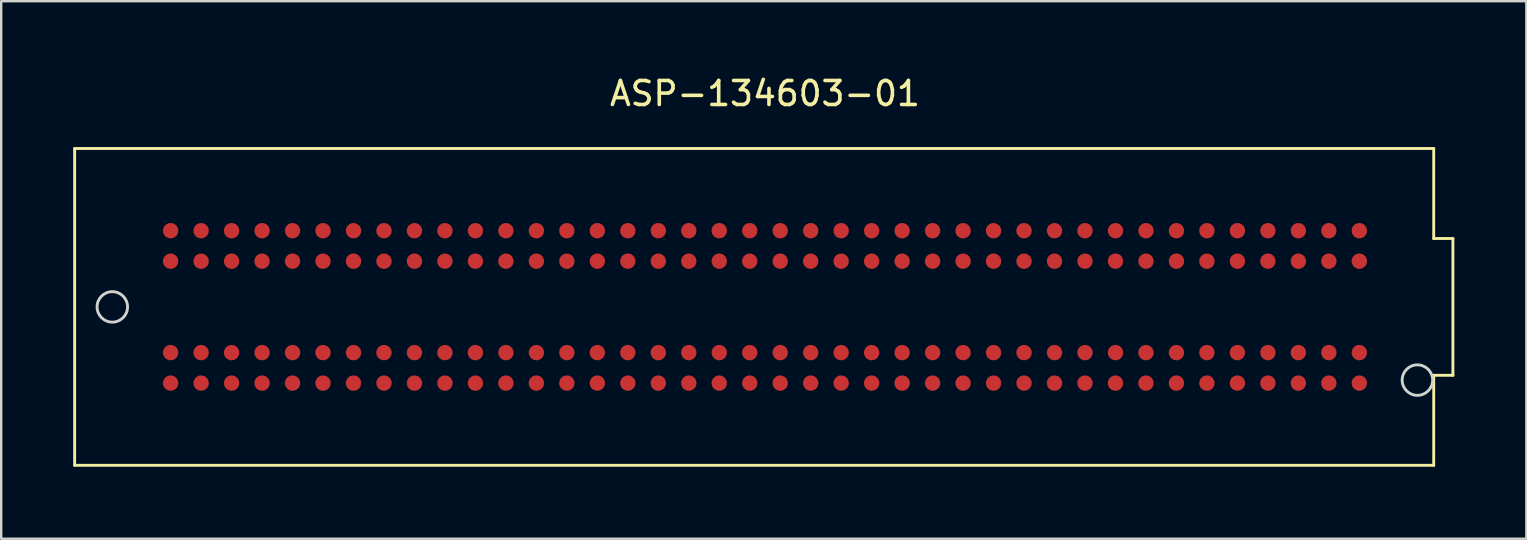
<source format=kicad_pcb>
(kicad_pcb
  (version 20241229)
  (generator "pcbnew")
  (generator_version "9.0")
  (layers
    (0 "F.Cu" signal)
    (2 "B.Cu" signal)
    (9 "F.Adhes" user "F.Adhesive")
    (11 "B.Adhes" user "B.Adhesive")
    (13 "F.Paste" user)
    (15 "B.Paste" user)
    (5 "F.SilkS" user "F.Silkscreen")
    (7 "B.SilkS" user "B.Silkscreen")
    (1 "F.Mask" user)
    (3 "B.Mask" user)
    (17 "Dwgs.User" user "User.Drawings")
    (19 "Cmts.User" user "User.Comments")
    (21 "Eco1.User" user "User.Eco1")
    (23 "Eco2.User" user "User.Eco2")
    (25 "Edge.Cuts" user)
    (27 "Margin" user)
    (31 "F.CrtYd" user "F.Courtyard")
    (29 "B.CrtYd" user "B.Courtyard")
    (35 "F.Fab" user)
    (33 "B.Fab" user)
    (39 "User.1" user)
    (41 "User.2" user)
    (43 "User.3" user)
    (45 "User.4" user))
  (footprint "ASP-134603-01"
    (layer "F.Cu")
    (at 28.825 9.738)
    (property "Reference" "ASP-134603-01" (at 0 -8.89 0) (layer "F.SilkS") (effects (font (size 1 1) (thickness 0.15))))
    (attr through_hole)
    (fp_line (start -28.765 -6.6) (end -28.765 6.6) (stroke (width 0.12) (type solid)) (layer "F.SilkS"))
    (fp_line (start -28.765 6.6) (end 27.865 6.6) (stroke (width 0.12) (type solid)) (layer "F.SilkS"))
    (fp_line (start 27.865 -6.6) (end -28.765 -6.6) (stroke (width 0.12) (type solid)) (layer "F.SilkS"))
    (fp_line (start 27.865 -2.85) (end 27.865 -6.6) (stroke (width 0.12) (type solid)) (layer "F.SilkS"))
    (fp_line (start 27.865 2.85) (end 28.665 2.85) (stroke (width 0.12) (type solid)) (layer "F.SilkS"))
    (fp_line (start 27.865 6.6) (end 27.865 2.85) (stroke (width 0.12) (type solid)) (layer "F.SilkS"))
    (fp_line (start 28.665 -2.85) (end 27.865 -2.85) (stroke (width 0.12) (type solid)) (layer "F.SilkS"))
    (fp_line (start 28.665 -2.85) (end 28.665 2.85) (stroke (width 0.12) (type solid)) (layer "F.SilkS"))
    (fp_circle (center -27.195 0) (end -26.56 0) (stroke (width 0.12) (type solid)) (fill no) (layer "Edge.Cuts"))
    (fp_circle (center 27.185 3.05) (end 27.82 3.05) (stroke (width 0.12) (type solid)) (fill no) (layer "Edge.Cuts"))
    (pad "C1" smd circle (at 24.765 -3.175) (size 0.64 0.64) (layers "F.Cu" "F.Mask" "F.Paste"))
    (pad "C2" smd circle (at 23.495 -3.175) (size 0.64 0.64) (layers "F.Cu" "F.Mask" "F.Paste"))
    (pad "C3" smd circle (at 22.225 -3.175) (size 0.64 0.64) (layers "F.Cu" "F.Mask" "F.Paste"))
    (pad "C4" smd circle (at 20.955 -3.175) (size 0.64 0.64) (layers "F.Cu" "F.Mask" "F.Paste"))
    (pad "C5" smd circle (at 19.685 -3.175) (size 0.64 0.64) (layers "F.Cu" "F.Mask" "F.Paste"))
    (pad "C6" smd circle (at 18.415 -3.175) (size 0.64 0.64) (layers "F.Cu" "F.Mask" "F.Paste"))
    (pad "C7" smd circle (at 17.145 -3.175) (size 0.64 0.64) (layers "F.Cu" "F.Mask" "F.Paste"))
    (pad "C8" smd circle (at 15.875 -3.175) (size 0.64 0.64) (layers "F.Cu" "F.Mask" "F.Paste"))
    (pad "C9" smd circle (at 14.605 -3.175) (size 0.64 0.64) (layers "F.Cu" "F.Mask" "F.Paste"))
    (pad "C10" smd circle (at 13.335 -3.175) (size 0.64 0.64) (layers "F.Cu" "F.Mask" "F.Paste"))
    (pad "C11" smd circle (at 12.065 -3.175) (size 0.64 0.64) (layers "F.Cu" "F.Mask" "F.Paste"))
    (pad "C12" smd circle (at 10.795 -3.175) (size 0.64 0.64) (layers "F.Cu" "F.Mask" "F.Paste"))
    (pad "C13" smd circle (at 9.525 -3.175) (size 0.64 0.64) (layers "F.Cu" "F.Mask" "F.Paste"))
    (pad "C14" smd circle (at 8.255 -3.175) (size 0.64 0.64) (layers "F.Cu" "F.Mask" "F.Paste"))
    (pad "C15" smd circle (at 6.985 -3.175) (size 0.64 0.64) (layers "F.Cu" "F.Mask" "F.Paste"))
    (pad "C16" smd circle (at 5.715 -3.175) (size 0.64 0.64) (layers "F.Cu" "F.Mask" "F.Paste"))
    (pad "C17" smd circle (at 4.445 -3.175) (size 0.64 0.64) (layers "F.Cu" "F.Mask" "F.Paste"))
    (pad "C18" smd circle (at 3.175 -3.175) (size 0.64 0.64) (layers "F.Cu" "F.Mask" "F.Paste"))
    (pad "C19" smd circle (at 1.905 -3.175) (size 0.64 0.64) (layers "F.Cu" "F.Mask" "F.Paste"))
    (pad "C20" smd circle (at 0.635 -3.175) (size 0.64 0.64) (layers "F.Cu" "F.Mask" "F.Paste"))
    (pad "C21" smd circle (at -0.635 -3.175) (size 0.64 0.64) (layers "F.Cu" "F.Mask" "F.Paste"))
    (pad "C22" smd circle (at -1.905 -3.175) (size 0.64 0.64) (layers "F.Cu" "F.Mask" "F.Paste"))
    (pad "C23" smd circle (at -3.175 -3.175) (size 0.64 0.64) (layers "F.Cu" "F.Mask" "F.Paste"))
    (pad "C24" smd circle (at -4.445 -3.175) (size 0.64 0.64) (layers "F.Cu" "F.Mask" "F.Paste"))
    (pad "C25" smd circle (at -5.715 -3.175) (size 0.64 0.64) (layers "F.Cu" "F.Mask" "F.Paste"))
    (pad "C26" smd circle (at -6.985 -3.175) (size 0.64 0.64) (layers "F.Cu" "F.Mask" "F.Paste"))
    (pad "C27" smd circle (at -8.255 -3.175) (size 0.64 0.64) (layers "F.Cu" "F.Mask" "F.Paste"))
    (pad "C28" smd circle (at -9.525 -3.175) (size 0.64 0.64) (layers "F.Cu" "F.Mask" "F.Paste"))
    (pad "C29" smd circle (at -10.795 -3.175) (size 0.64 0.64) (layers "F.Cu" "F.Mask" "F.Paste"))
    (pad "C30" smd circle (at -12.065 -3.175) (size 0.64 0.64) (layers "F.Cu" "F.Mask" "F.Paste"))
    (pad "C31" smd circle (at -13.335 -3.175) (size 0.64 0.64) (layers "F.Cu" "F.Mask" "F.Paste"))
    (pad "C32" smd circle (at -14.605 -3.175) (size 0.64 0.64) (layers "F.Cu" "F.Mask" "F.Paste"))
    (pad "C33" smd circle (at -15.875 -3.175) (size 0.64 0.64) (layers "F.Cu" "F.Mask" "F.Paste"))
    (pad "C34" smd circle (at -17.145 -3.175) (size 0.64 0.64) (layers "F.Cu" "F.Mask" "F.Paste"))
    (pad "C35" smd circle (at -18.415 -3.175) (size 0.64 0.64) (layers "F.Cu" "F.Mask" "F.Paste"))
    (pad "C36" smd circle (at -19.685 -3.175) (size 0.64 0.64) (layers "F.Cu" "F.Mask" "F.Paste"))
    (pad "C37" smd circle (at -20.955 -3.175) (size 0.64 0.64) (layers "F.Cu" "F.Mask" "F.Paste"))
    (pad "C38" smd circle (at -22.225 -3.175) (size 0.64 0.64) (layers "F.Cu" "F.Mask" "F.Paste"))
    (pad "C39" smd circle (at -23.495 -3.175) (size 0.64 0.64) (layers "F.Cu" "F.Mask" "F.Paste"))
    (pad "C40" smd circle (at -24.765 -3.175) (size 0.64 0.64) (layers "F.Cu" "F.Mask" "F.Paste"))
    (pad "D1" smd circle (at 24.765 -1.905) (size 0.64 0.64) (layers "F.Cu" "F.Mask" "F.Paste"))
    (pad "D2" smd circle (at 23.495 -1.905) (size 0.64 0.64) (layers "F.Cu" "F.Mask" "F.Paste"))
    (pad "D3" smd circle (at 22.225 -1.905) (size 0.64 0.64) (layers "F.Cu" "F.Mask" "F.Paste"))
    (pad "D4" smd circle (at 20.955 -1.905) (size 0.64 0.64) (layers "F.Cu" "F.Mask" "F.Paste"))
    (pad "D5" smd circle (at 19.685 -1.905) (size 0.64 0.64) (layers "F.Cu" "F.Mask" "F.Paste"))
    (pad "D6" smd circle (at 18.415 -1.905) (size 0.64 0.64) (layers "F.Cu" "F.Mask" "F.Paste"))
    (pad "D7" smd circle (at 17.145 -1.905) (size 0.64 0.64) (layers "F.Cu" "F.Mask" "F.Paste"))
    (pad "D8" smd circle (at 15.875 -1.905) (size 0.64 0.64) (layers "F.Cu" "F.Mask" "F.Paste"))
    (pad "D9" smd circle (at 14.605 -1.905) (size 0.64 0.64) (layers "F.Cu" "F.Mask" "F.Paste"))
    (pad "D10" smd circle (at 13.335 -1.905) (size 0.64 0.64) (layers "F.Cu" "F.Mask" "F.Paste"))
    (pad "D11" smd circle (at 12.065 -1.905) (size 0.64 0.64) (layers "F.Cu" "F.Mask" "F.Paste"))
    (pad "D12" smd circle (at 10.795 -1.905) (size 0.64 0.64) (layers "F.Cu" "F.Mask" "F.Paste"))
    (pad "D13" smd circle (at 9.525 -1.905) (size 0.64 0.64) (layers "F.Cu" "F.Mask" "F.Paste"))
    (pad "D14" smd circle (at 8.255 -1.905) (size 0.64 0.64) (layers "F.Cu" "F.Mask" "F.Paste"))
    (pad "D15" smd circle (at 6.985 -1.905) (size 0.64 0.64) (layers "F.Cu" "F.Mask" "F.Paste"))
    (pad "D16" smd circle (at 5.715 -1.905) (size 0.64 0.64) (layers "F.Cu" "F.Mask" "F.Paste"))
    (pad "D17" smd circle (at 4.445 -1.905) (size 0.64 0.64) (layers "F.Cu" "F.Mask" "F.Paste"))
    (pad "D18" smd circle (at 3.175 -1.905) (size 0.64 0.64) (layers "F.Cu" "F.Mask" "F.Paste"))
    (pad "D19" smd circle (at 1.905 -1.905) (size 0.64 0.64) (layers "F.Cu" "F.Mask" "F.Paste"))
    (pad "D20" smd circle (at 0.635 -1.905) (size 0.64 0.64) (layers "F.Cu" "F.Mask" "F.Paste"))
    (pad "D21" smd circle (at -0.635 -1.905) (size 0.64 0.64) (layers "F.Cu" "F.Mask" "F.Paste"))
    (pad "D22" smd circle (at -1.905 -1.905) (size 0.64 0.64) (layers "F.Cu" "F.Mask" "F.Paste"))
    (pad "D23" smd circle (at -3.175 -1.905) (size 0.64 0.64) (layers "F.Cu" "F.Mask" "F.Paste"))
    (pad "D24" smd circle (at -4.445 -1.905) (size 0.64 0.64) (layers "F.Cu" "F.Mask" "F.Paste"))
    (pad "D25" smd circle (at -5.715 -1.905) (size 0.64 0.64) (layers "F.Cu" "F.Mask" "F.Paste"))
    (pad "D26" smd circle (at -6.985 -1.905) (size 0.64 0.64) (layers "F.Cu" "F.Mask" "F.Paste"))
    (pad "D27" smd circle (at -8.255 -1.905) (size 0.64 0.64) (layers "F.Cu" "F.Mask" "F.Paste"))
    (pad "D28" smd circle (at -9.525 -1.905) (size 0.64 0.64) (layers "F.Cu" "F.Mask" "F.Paste"))
    (pad "D29" smd circle (at -10.795 -1.905) (size 0.64 0.64) (layers "F.Cu" "F.Mask" "F.Paste"))
    (pad "D30" smd circle (at -12.065 -1.905) (size 0.64 0.64) (layers "F.Cu" "F.Mask" "F.Paste"))
    (pad "D31" smd circle (at -13.335 -1.905) (size 0.64 0.64) (layers "F.Cu" "F.Mask" "F.Paste"))
    (pad "D32" smd circle (at -14.605 -1.905) (size 0.64 0.64) (layers "F.Cu" "F.Mask" "F.Paste"))
    (pad "D33" smd circle (at -15.875 -1.905) (size 0.64 0.64) (layers "F.Cu" "F.Mask" "F.Paste"))
    (pad "D34" smd circle (at -17.145 -1.905) (size 0.64 0.64) (layers "F.Cu" "F.Mask" "F.Paste"))
    (pad "D35" smd circle (at -18.415 -1.905) (size 0.64 0.64) (layers "F.Cu" "F.Mask" "F.Paste"))
    (pad "D36" smd circle (at -19.685 -1.905) (size 0.64 0.64) (layers "F.Cu" "F.Mask" "F.Paste"))
    (pad "D37" smd circle (at -20.955 -1.905) (size 0.64 0.64) (layers "F.Cu" "F.Mask" "F.Paste"))
    (pad "D38" smd circle (at -22.225 -1.905) (size 0.64 0.64) (layers "F.Cu" "F.Mask" "F.Paste"))
    (pad "D39" smd circle (at -23.495 -1.905) (size 0.64 0.64) (layers "F.Cu" "F.Mask" "F.Paste"))
    (pad "D40" smd circle (at -24.765 -1.905) (size 0.64 0.64) (layers "F.Cu" "F.Mask" "F.Paste"))
    (pad "G1" smd circle (at 24.765 1.905) (size 0.64 0.64) (layers "F.Cu" "F.Mask" "F.Paste"))
    (pad "G2" smd circle (at 23.495 1.905) (size 0.64 0.64) (layers "F.Cu" "F.Mask" "F.Paste"))
    (pad "G3" smd circle (at 22.225 1.905) (size 0.64 0.64) (layers "F.Cu" "F.Mask" "F.Paste"))
    (pad "G4" smd circle (at 20.955 1.905) (size 0.64 0.64) (layers "F.Cu" "F.Mask" "F.Paste"))
    (pad "G5" smd circle (at 19.685 1.905) (size 0.64 0.64) (layers "F.Cu" "F.Mask" "F.Paste"))
    (pad "G6" smd circle (at 18.415 1.905) (size 0.64 0.64) (layers "F.Cu" "F.Mask" "F.Paste"))
    (pad "G7" smd circle (at 17.145 1.905) (size 0.64 0.64) (layers "F.Cu" "F.Mask" "F.Paste"))
    (pad "G8" smd circle (at 15.875 1.905) (size 0.64 0.64) (layers "F.Cu" "F.Mask" "F.Paste"))
    (pad "G9" smd circle (at 14.605 1.905) (size 0.64 0.64) (layers "F.Cu" "F.Mask" "F.Paste"))
    (pad "G10" smd circle (at 13.335 1.905) (size 0.64 0.64) (layers "F.Cu" "F.Mask" "F.Paste"))
    (pad "G11" smd circle (at 12.065 1.905) (size 0.64 0.64) (layers "F.Cu" "F.Mask" "F.Paste"))
    (pad "G12" smd circle (at 10.795 1.905) (size 0.64 0.64) (layers "F.Cu" "F.Mask" "F.Paste"))
    (pad "G13" smd circle (at 9.525 1.905) (size 0.64 0.64) (layers "F.Cu" "F.Mask" "F.Paste"))
    (pad "G14" smd circle (at 8.255 1.905) (size 0.64 0.64) (layers "F.Cu" "F.Mask" "F.Paste"))
    (pad "G15" smd circle (at 6.985 1.905) (size 0.64 0.64) (layers "F.Cu" "F.Mask" "F.Paste"))
    (pad "G16" smd circle (at 5.715 1.905) (size 0.64 0.64) (layers "F.Cu" "F.Mask" "F.Paste"))
    (pad "G17" smd circle (at 4.445 1.905) (size 0.64 0.64) (layers "F.Cu" "F.Mask" "F.Paste"))
    (pad "G18" smd circle (at 3.175 1.905) (size 0.64 0.64) (layers "F.Cu" "F.Mask" "F.Paste"))
    (pad "G19" smd circle (at 1.905 1.905) (size 0.64 0.64) (layers "F.Cu" "F.Mask" "F.Paste"))
    (pad "G20" smd circle (at 0.635 1.905) (size 0.64 0.64) (layers "F.Cu" "F.Mask" "F.Paste"))
    (pad "G21" smd circle (at -0.635 1.905) (size 0.64 0.64) (layers "F.Cu" "F.Mask" "F.Paste"))
    (pad "G22" smd circle (at -1.905 1.905) (size 0.64 0.64) (layers "F.Cu" "F.Mask" "F.Paste"))
    (pad "G23" smd circle (at -3.175 1.905) (size 0.64 0.64) (layers "F.Cu" "F.Mask" "F.Paste"))
    (pad "G24" smd circle (at -4.445 1.905) (size 0.64 0.64) (layers "F.Cu" "F.Mask" "F.Paste"))
    (pad "G25" smd circle (at -5.715 1.905) (size 0.64 0.64) (layers "F.Cu" "F.Mask" "F.Paste"))
    (pad "G26" smd circle (at -6.985 1.905) (size 0.64 0.64) (layers "F.Cu" "F.Mask" "F.Paste"))
    (pad "G27" smd circle (at -8.255 1.905) (size 0.64 0.64) (layers "F.Cu" "F.Mask" "F.Paste"))
    (pad "G28" smd circle (at -9.525 1.905) (size 0.64 0.64) (layers "F.Cu" "F.Mask" "F.Paste"))
    (pad "G29" smd circle (at -10.795 1.905) (size 0.64 0.64) (layers "F.Cu" "F.Mask" "F.Paste"))
    (pad "G30" smd circle (at -12.065 1.905) (size 0.64 0.64) (layers "F.Cu" "F.Mask" "F.Paste"))
    (pad "G31" smd circle (at -13.335 1.905) (size 0.64 0.64) (layers "F.Cu" "F.Mask" "F.Paste"))
    (pad "G32" smd circle (at -14.605 1.905) (size 0.64 0.64) (layers "F.Cu" "F.Mask" "F.Paste"))
    (pad "G33" smd circle (at -15.875 1.905) (size 0.64 0.64) (layers "F.Cu" "F.Mask" "F.Paste"))
    (pad "G34" smd circle (at -17.145 1.905) (size 0.64 0.64) (layers "F.Cu" "F.Mask" "F.Paste"))
    (pad "G35" smd circle (at -18.415 1.905) (size 0.64 0.64) (layers "F.Cu" "F.Mask" "F.Paste"))
    (pad "G36" smd circle (at -19.685 1.905) (size 0.64 0.64) (layers "F.Cu" "F.Mask" "F.Paste"))
    (pad "G37" smd circle (at -20.955 1.905) (size 0.64 0.64) (layers "F.Cu" "F.Mask" "F.Paste"))
    (pad "G38" smd circle (at -22.225 1.905) (size 0.64 0.64) (layers "F.Cu" "F.Mask" "F.Paste"))
    (pad "G39" smd circle (at -23.495 1.905) (size 0.64 0.64) (layers "F.Cu" "F.Mask" "F.Paste"))
    (pad "G40" smd circle (at -24.765 1.905) (size 0.64 0.64) (layers "F.Cu" "F.Mask" "F.Paste"))
    (pad "H1" smd circle (at 24.765 3.175) (size 0.64 0.64) (layers "F.Cu" "F.Mask" "F.Paste"))
    (pad "H2" smd circle (at 23.495 3.175) (size 0.64 0.64) (layers "F.Cu" "F.Mask" "F.Paste"))
    (pad "H3" smd circle (at 22.225 3.175) (size 0.64 0.64) (layers "F.Cu" "F.Mask" "F.Paste"))
    (pad "H4" smd circle (at 20.955 3.175) (size 0.64 0.64) (layers "F.Cu" "F.Mask" "F.Paste"))
    (pad "H5" smd circle (at 19.685 3.175) (size 0.64 0.64) (layers "F.Cu" "F.Mask" "F.Paste"))
    (pad "H6" smd circle (at 18.415 3.175) (size 0.64 0.64) (layers "F.Cu" "F.Mask" "F.Paste"))
    (pad "H7" smd circle (at 17.145 3.175) (size 0.64 0.64) (layers "F.Cu" "F.Mask" "F.Paste"))
    (pad "H8" smd circle (at 15.875 3.175) (size 0.64 0.64) (layers "F.Cu" "F.Mask" "F.Paste"))
    (pad "H9" smd circle (at 14.605 3.175) (size 0.64 0.64) (layers "F.Cu" "F.Mask" "F.Paste"))
    (pad "H10" smd circle (at 13.335 3.175) (size 0.64 0.64) (layers "F.Cu" "F.Mask" "F.Paste"))
    (pad "H11" smd circle (at 12.065 3.175) (size 0.64 0.64) (layers "F.Cu" "F.Mask" "F.Paste"))
    (pad "H12" smd circle (at 10.795 3.175) (size 0.64 0.64) (layers "F.Cu" "F.Mask" "F.Paste"))
    (pad "H13" smd circle (at 9.525 3.175) (size 0.64 0.64) (layers "F.Cu" "F.Mask" "F.Paste"))
    (pad "H14" smd circle (at 8.255 3.175) (size 0.64 0.64) (layers "F.Cu" "F.Mask" "F.Paste"))
    (pad "H15" smd circle (at 6.985 3.175) (size 0.64 0.64) (layers "F.Cu" "F.Mask" "F.Paste"))
    (pad "H16" smd circle (at 5.715 3.175) (size 0.64 0.64) (layers "F.Cu" "F.Mask" "F.Paste"))
    (pad "H17" smd circle (at 4.445 3.175) (size 0.64 0.64) (layers "F.Cu" "F.Mask" "F.Paste"))
    (pad "H18" smd circle (at 3.175 3.175) (size 0.64 0.64) (layers "F.Cu" "F.Mask" "F.Paste"))
    (pad "H19" smd circle (at 1.905 3.175) (size 0.64 0.64) (layers "F.Cu" "F.Mask" "F.Paste"))
    (pad "H20" smd circle (at 0.635 3.175) (size 0.64 0.64) (layers "F.Cu" "F.Mask" "F.Paste"))
    (pad "H21" smd circle (at -0.635 3.175) (size 0.64 0.64) (layers "F.Cu" "F.Mask" "F.Paste"))
    (pad "H22" smd circle (at -1.905 3.175) (size 0.64 0.64) (layers "F.Cu" "F.Mask" "F.Paste"))
    (pad "H23" smd circle (at -3.175 3.175) (size 0.64 0.64) (layers "F.Cu" "F.Mask" "F.Paste"))
    (pad "H24" smd circle (at -4.445 3.175) (size 0.64 0.64) (layers "F.Cu" "F.Mask" "F.Paste"))
    (pad "H25" smd circle (at -5.715 3.175) (size 0.64 0.64) (layers "F.Cu" "F.Mask" "F.Paste"))
    (pad "H26" smd circle (at -6.985 3.175) (size 0.64 0.64) (layers "F.Cu" "F.Mask" "F.Paste"))
    (pad "H27" smd circle (at -8.255 3.175) (size 0.64 0.64) (layers "F.Cu" "F.Mask" "F.Paste"))
    (pad "H28" smd circle (at -9.525 3.175) (size 0.64 0.64) (layers "F.Cu" "F.Mask" "F.Paste"))
    (pad "H29" smd circle (at -10.795 3.175) (size 0.64 0.64) (layers "F.Cu" "F.Mask" "F.Paste"))
    (pad "H30" smd circle (at -12.065 3.175) (size 0.64 0.64) (layers "F.Cu" "F.Mask" "F.Paste"))
    (pad "H31" smd circle (at -13.335 3.175) (size 0.64 0.64) (layers "F.Cu" "F.Mask" "F.Paste"))
    (pad "H32" smd circle (at -14.605 3.175) (size 0.64 0.64) (layers "F.Cu" "F.Mask" "F.Paste"))
    (pad "H33" smd circle (at -15.875 3.175) (size 0.64 0.64) (layers "F.Cu" "F.Mask" "F.Paste"))
    (pad "H34" smd circle (at -17.145 3.175) (size 0.64 0.64) (layers "F.Cu" "F.Mask" "F.Paste"))
    (pad "H35" smd circle (at -18.415 3.175) (size 0.64 0.64) (layers "F.Cu" "F.Mask" "F.Paste"))
    (pad "H36" smd circle (at -19.685 3.175) (size 0.64 0.64) (layers "F.Cu" "F.Mask" "F.Paste"))
    (pad "H37" smd circle (at -20.955 3.175) (size 0.64 0.64) (layers "F.Cu" "F.Mask" "F.Paste"))
    (pad "H38" smd circle (at -22.225 3.175) (size 0.64 0.64) (layers "F.Cu" "F.Mask" "F.Paste"))
    (pad "H39" smd circle (at -23.495 3.175) (size 0.64 0.64) (layers "F.Cu" "F.Mask" "F.Paste"))
    (pad "H40" smd circle (at -24.765 3.175) (size 0.64 0.64) (layers "F.Cu" "F.Mask" "F.Paste")))
  (gr_rect
    (start -3 -3)
    (end 60.55 19.398)
    (stroke (width 0.1) (type default))
    (fill no)
    (layer "Edge.Cuts")))
</source>
